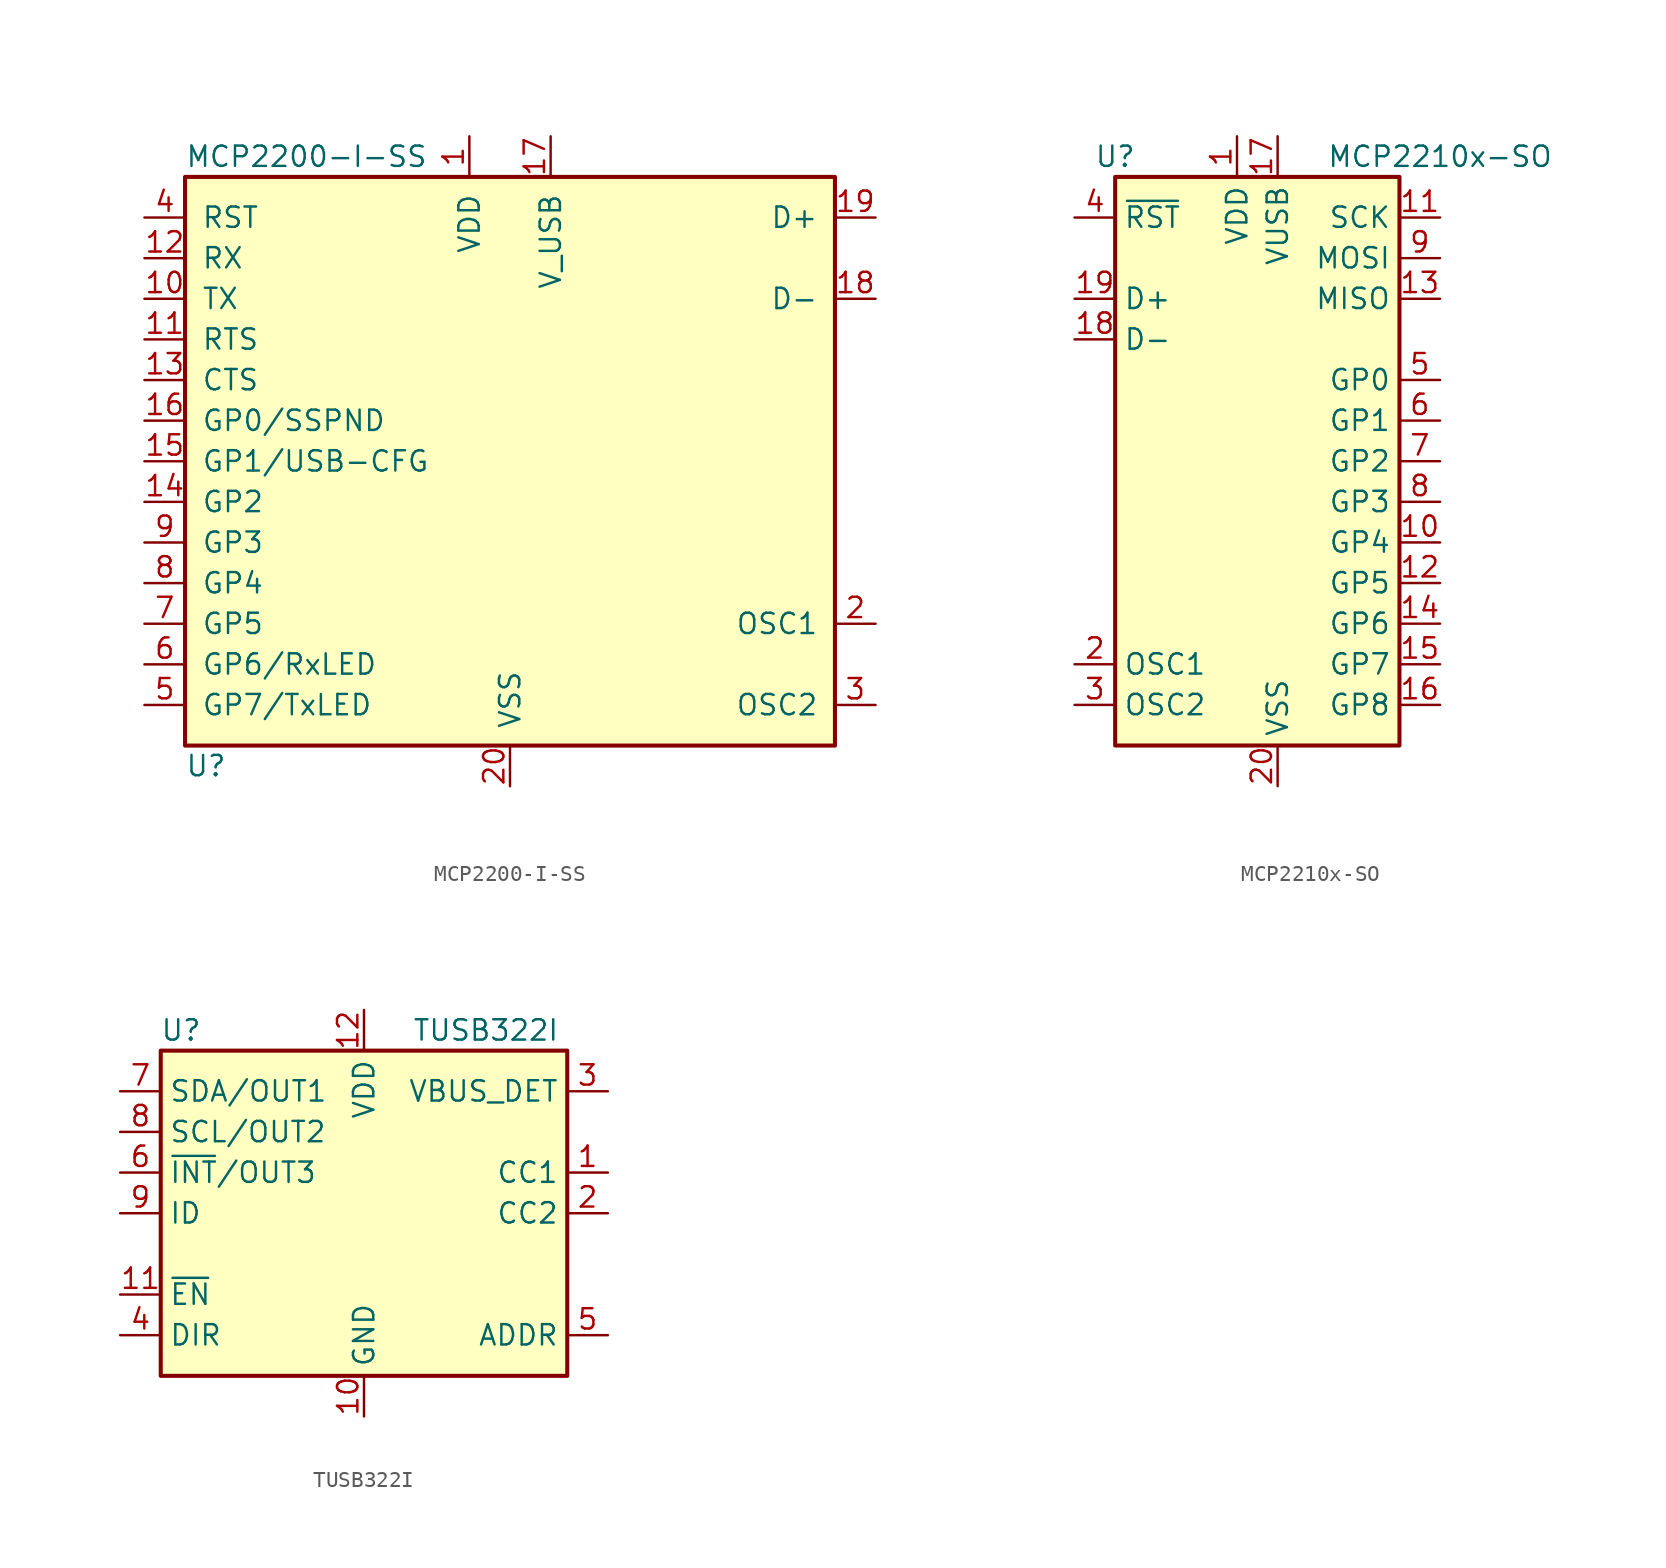
<source format=kicad_sym>
(kicad_symbol_lib
  (version 20220914)
  (generator kicad_symbol_editor)
  (symbol "MCP2200-I-SS"
    (pin_names
      (offset 1.016))
    (property "Reference" "U"
      (at -20.32 -19.05 0)
      (effects (font (size 1.27 1.27)) (justify left)))
    (property "Value" "MCP2200-I-SS"
      (at -20.32 19.05 0)
      (effects (font (size 1.27 1.27)) (justify left)))
    (symbol "MCP2200-I-SS_0_1"
      (rectangle (start -20.32 17.78) (end 20.32 -17.78) (stroke (width 0.254) (type default)) (fill (type background))))
    (symbol "MCP2200-I-SS_1_1"
      (pin power_in line (at -2.54 20.32 270) (length 2.54) (name "VDD" (effects (font (size 1.27 1.27)))) (number "1" (effects (font (size 1.27 1.27)))))
      (pin output line (at -22.86 10.16 0) (length 2.54) (name "TX" (effects (font (size 1.27 1.27)))) (number "10" (effects (font (size 1.27 1.27)))))
      (pin output line (at -22.86 7.62 0) (length 2.54) (name "RTS" (effects (font (size 1.27 1.27)))) (number "11" (effects (font (size 1.27 1.27)))))
      (pin input line (at -22.86 12.7 0) (length 2.54) (name "RX" (effects (font (size 1.27 1.27)))) (number "12" (effects (font (size 1.27 1.27)))))
      (pin input line (at -22.86 5.08 0) (length 2.54) (name "CTS" (effects (font (size 1.27 1.27)))) (number "13" (effects (font (size 1.27 1.27)))))
      (pin bidirectional line (at -22.86 -2.54 0) (length 2.54) (name "GP2" (effects (font (size 1.27 1.27)))) (number "14" (effects (font (size 1.27 1.27)))))
      (pin bidirectional line (at -22.86 0 0) (length 2.54) (name "GP1/USB-CFG" (effects (font (size 1.27 1.27)))) (number "15" (effects (font (size 1.27 1.27)))))
      (pin bidirectional line (at -22.86 2.54 0) (length 2.54) (name "GP0/SSPND" (effects (font (size 1.27 1.27)))) (number "16" (effects (font (size 1.27 1.27)))))
      (pin power_in line (at 2.54 20.32 270) (length 2.54) (name "V_USB" (effects (font (size 1.27 1.27)))) (number "17" (effects (font (size 1.27 1.27)))))
      (pin bidirectional line (at 22.86 10.16 180) (length 2.54) (name "D-" (effects (font (size 1.27 1.27)))) (number "18" (effects (font (size 1.27 1.27)))))
      (pin bidirectional line (at 22.86 15.24 180) (length 2.54) (name "D+" (effects (font (size 1.27 1.27)))) (number "19" (effects (font (size 1.27 1.27)))))
      (pin input line (at 22.86 -10.16 180) (length 2.54) (name "OSC1" (effects (font (size 1.27 1.27)))) (number "2" (effects (font (size 1.27 1.27)))))
      (pin power_in line (at 0 -20.32 90) (length 2.54) (name "VSS" (effects (font (size 1.27 1.27)))) (number "20" (effects (font (size 1.27 1.27)))))
      (pin output line (at 22.86 -15.24 180) (length 2.54) (name "OSC2" (effects (font (size 1.27 1.27)))) (number "3" (effects (font (size 1.27 1.27)))))
      (pin input line (at -22.86 15.24 0) (length 2.54) (name "RST" (effects (font (size 1.27 1.27)))) (number "4" (effects (font (size 1.27 1.27)))))
      (pin bidirectional line (at -22.86 -15.24 0) (length 2.54) (name "GP7/TxLED" (effects (font (size 1.27 1.27)))) (number "5" (effects (font (size 1.27 1.27)))))
      (pin bidirectional line (at -22.86 -12.7 0) (length 2.54) (name "GP6/RxLED" (effects (font (size 1.27 1.27)))) (number "6" (effects (font (size 1.27 1.27)))))
      (pin bidirectional line (at -22.86 -10.16 0) (length 2.54) (name "GP5" (effects (font (size 1.27 1.27)))) (number "7" (effects (font (size 1.27 1.27)))))
      (pin bidirectional line (at -22.86 -7.62 0) (length 2.54) (name "GP4" (effects (font (size 1.27 1.27)))) (number "8" (effects (font (size 1.27 1.27)))))
      (pin bidirectional line (at -22.86 -5.08 0) (length 2.54) (name "GP3" (effects (font (size 1.27 1.27)))) (number "9" (effects (font (size 1.27 1.27)))))))
  (symbol "MCP2210x-SO"
    (property "Reference" "U"
      (at -10.16 19.05 0)
      (effects (font (size 1.27 1.27))))
    (property "Value" "MCP2210x-SO"
      (at 10.16 19.05 0)
      (effects (font (size 1.27 1.27))))
    (symbol "MCP2210x-SO_0_1"
      (rectangle (start -10.16 17.78) (end 7.62 -17.78) (stroke (width 0.254) (type default)) (fill (type background))))
    (symbol "MCP2210x-SO_1_1"
      (pin power_in line (at -2.54 20.32 270) (length 2.54) (name "VDD" (effects (font (size 1.27 1.27)))) (number "1" (effects (font (size 1.27 1.27)))))
      (pin bidirectional line (at 10.16 -5.08 180) (length 2.54) (name "GP4" (effects (font (size 1.27 1.27)))) (number "10" (effects (font (size 1.27 1.27)))))
      (pin output line (at 10.16 15.24 180) (length 2.54) (name "SCK" (effects (font (size 1.27 1.27)))) (number "11" (effects (font (size 1.27 1.27)))))
      (pin bidirectional line (at 10.16 -7.62 180) (length 2.54) (name "GP5" (effects (font (size 1.27 1.27)))) (number "12" (effects (font (size 1.27 1.27)))))
      (pin input line (at 10.16 10.16 180) (length 2.54) (name "MISO" (effects (font (size 1.27 1.27)))) (number "13" (effects (font (size 1.27 1.27)))))
      (pin bidirectional line (at 10.16 -10.16 180) (length 2.54) (name "GP6" (effects (font (size 1.27 1.27)))) (number "14" (effects (font (size 1.27 1.27)))))
      (pin bidirectional line (at 10.16 -12.7 180) (length 2.54) (name "GP7" (effects (font (size 1.27 1.27)))) (number "15" (effects (font (size 1.27 1.27)))))
      (pin bidirectional line (at 10.16 -15.24 180) (length 2.54) (name "GP8" (effects (font (size 1.27 1.27)))) (number "16" (effects (font (size 1.27 1.27)))))
      (pin passive line (at 0 20.32 270) (length 2.54) (name "VUSB" (effects (font (size 1.27 1.27)))) (number "17" (effects (font (size 1.27 1.27)))))
      (pin bidirectional line (at -12.7 7.62 0) (length 2.54) (name "D-" (effects (font (size 1.27 1.27)))) (number "18" (effects (font (size 1.27 1.27)))))
      (pin bidirectional line (at -12.7 10.16 0) (length 2.54) (name "D+" (effects (font (size 1.27 1.27)))) (number "19" (effects (font (size 1.27 1.27)))))
      (pin input line (at -12.7 -12.7 0) (length 2.54) (name "OSC1" (effects (font (size 1.27 1.27)))) (number "2" (effects (font (size 1.27 1.27)))))
      (pin power_in line (at 0 -20.32 90) (length 2.54) (name "VSS" (effects (font (size 1.27 1.27)))) (number "20" (effects (font (size 1.27 1.27)))))
      (pin output line (at -12.7 -15.24 0) (length 2.54) (name "OSC2" (effects (font (size 1.27 1.27)))) (number "3" (effects (font (size 1.27 1.27)))))
      (pin input line (at -12.7 15.24 0) (length 2.54) (name "~{RST}" (effects (font (size 1.27 1.27)))) (number "4" (effects (font (size 1.27 1.27)))))
      (pin bidirectional line (at 10.16 5.08 180) (length 2.54) (name "GP0" (effects (font (size 1.27 1.27)))) (number "5" (effects (font (size 1.27 1.27)))))
      (pin bidirectional line (at 10.16 2.54 180) (length 2.54) (name "GP1" (effects (font (size 1.27 1.27)))) (number "6" (effects (font (size 1.27 1.27)))))
      (pin bidirectional line (at 10.16 0 180) (length 2.54) (name "GP2" (effects (font (size 1.27 1.27)))) (number "7" (effects (font (size 1.27 1.27)))))
      (pin bidirectional line (at 10.16 -2.54 180) (length 2.54) (name "GP3" (effects (font (size 1.27 1.27)))) (number "8" (effects (font (size 1.27 1.27)))))
      (pin output line (at 10.16 12.7 180) (length 2.54) (name "MOSI" (effects (font (size 1.27 1.27)))) (number "9" (effects (font (size 1.27 1.27)))))))
  (symbol "TUSB322I"
    (property "Reference" "U"
      (at -11.43 11.43 0)
      (effects (font (size 1.27 1.27))))
    (property "Value" "TUSB322I"
      (at 7.62 11.43 0)
      (effects (font (size 1.27 1.27))))
    (symbol "TUSB322I_1_1"
      (rectangle (start -12.7 10.16) (end 12.7 -10.16) (stroke (width 0.254) (type default)) (fill (type background)))
      (pin bidirectional line (at 15.24 2.54 180) (length 2.54) (name "CC1" (effects (font (size 1.27 1.27)))) (number "1" (effects (font (size 1.27 1.27)))))
      (pin power_in line (at 0 -12.7 90) (length 2.54) (name "GND" (effects (font (size 1.27 1.27)))) (number "10" (effects (font (size 1.27 1.27)))))
      (pin input line (at -15.24 -5.08 0) (length 2.54) (name "~{EN}" (effects (font (size 1.27 1.27)))) (number "11" (effects (font (size 1.27 1.27)))))
      (pin power_in line (at 0 12.7 270) (length 2.54) (name "VDD" (effects (font (size 1.27 1.27)))) (number "12" (effects (font (size 1.27 1.27)))))
      (pin bidirectional line (at 15.24 0 180) (length 2.54) (name "CC2" (effects (font (size 1.27 1.27)))) (number "2" (effects (font (size 1.27 1.27)))))
      (pin input line (at 15.24 7.62 180) (length 2.54) (name "VBUS_DET" (effects (font (size 1.27 1.27)))) (number "3" (effects (font (size 1.27 1.27)))))
      (pin open_collector line (at -15.24 -7.62 0) (length 2.54) (name "DIR" (effects (font (size 1.27 1.27)))) (number "4" (effects (font (size 1.27 1.27)))))
      (pin input line (at 15.24 -7.62 180) (length 2.54) (name "ADDR" (effects (font (size 1.27 1.27)))) (number "5" (effects (font (size 1.27 1.27)))))
      (pin open_collector line (at -15.24 2.54 0) (length 2.54) (name "~{INT}/OUT3" (effects (font (size 1.27 1.27)))) (number "6" (effects (font (size 1.27 1.27)))))
      (pin bidirectional line (at -15.24 7.62 0) (length 2.54) (name "SDA/OUT1" (effects (font (size 1.27 1.27)))) (number "7" (effects (font (size 1.27 1.27)))))
      (pin bidirectional line (at -15.24 5.08 0) (length 2.54) (name "SCL/OUT2" (effects (font (size 1.27 1.27)))) (number "8" (effects (font (size 1.27 1.27)))))
      (pin open_collector line (at -15.24 0 0) (length 2.54) (name "ID" (effects (font (size 1.27 1.27)))) (number "9" (effects (font (size 1.27 1.27))))))))
</source>
